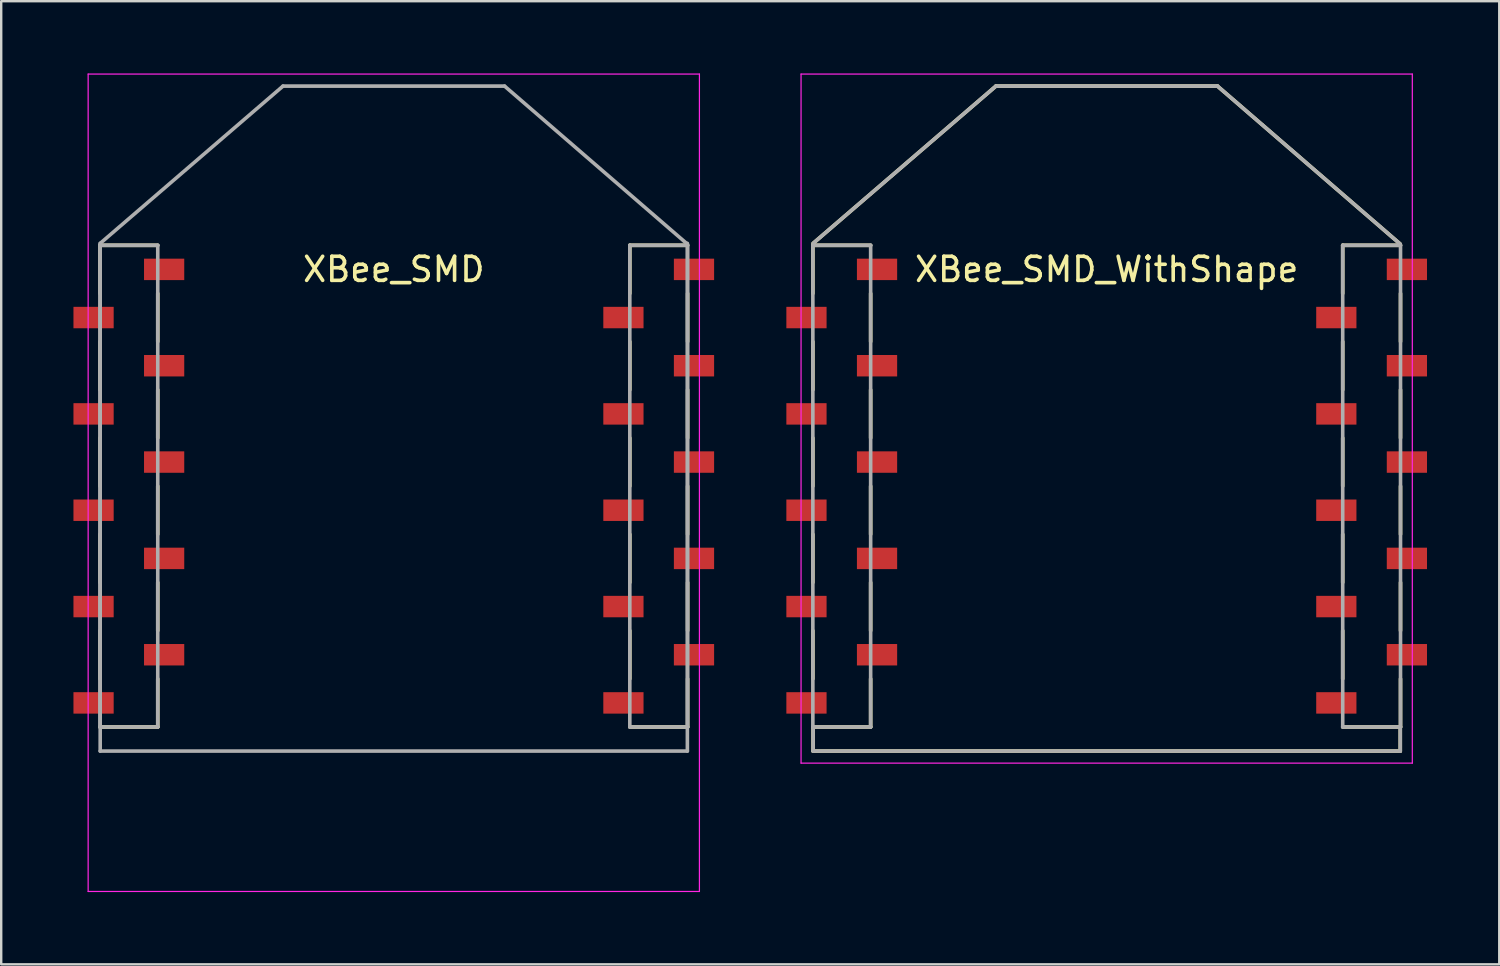
<source format=kicad_pcb>
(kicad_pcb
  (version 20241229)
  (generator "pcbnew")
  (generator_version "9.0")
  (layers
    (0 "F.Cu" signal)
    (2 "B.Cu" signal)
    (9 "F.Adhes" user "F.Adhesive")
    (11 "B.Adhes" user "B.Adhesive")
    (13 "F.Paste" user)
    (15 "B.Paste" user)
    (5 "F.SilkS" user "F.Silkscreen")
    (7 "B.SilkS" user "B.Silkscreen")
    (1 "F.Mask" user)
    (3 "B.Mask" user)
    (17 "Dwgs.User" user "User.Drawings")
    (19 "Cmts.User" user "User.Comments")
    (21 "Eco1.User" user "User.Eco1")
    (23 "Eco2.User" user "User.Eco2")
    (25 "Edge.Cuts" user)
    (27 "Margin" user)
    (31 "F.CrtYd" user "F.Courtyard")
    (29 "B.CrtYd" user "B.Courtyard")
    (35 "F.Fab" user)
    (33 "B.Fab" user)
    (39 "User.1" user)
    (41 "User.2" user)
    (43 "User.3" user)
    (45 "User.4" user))
  (footprint "XBee_SMD"
    (layer "F.Cu")
    (at 13.3 17.135)
    (property "Reference" "XBee_SMD" (at 0 -9 0) (layer "F.SilkS") (effects (font (size 1 1) (thickness 0.15))))
    (attr smd)
    (fp_line (start -12.2 -10) (end -12.2 -8) (stroke (width 0.15) (type solid)) (layer "F.SilkS"))
    (fp_line (start -12.2 -6) (end -12.2 -4) (stroke (width 0.15) (type solid)) (layer "F.SilkS"))
    (fp_line (start -12.2 -2) (end -12.2 0) (stroke (width 0.15) (type solid)) (layer "F.SilkS"))
    (fp_line (start -12.2 2) (end -12.2 4) (stroke (width 0.15) (type solid)) (layer "F.SilkS"))
    (fp_line (start -12.2 6) (end -12.2 8) (stroke (width 0.15) (type solid)) (layer "F.SilkS"))
    (fp_line (start -9.8 -10) (end -12.2 -10) (stroke (width 0.15) (type solid)) (layer "F.SilkS"))
    (fp_line (start -9.8 -8) (end -9.8 -6) (stroke (width 0.15) (type solid)) (layer "F.SilkS"))
    (fp_line (start -9.8 -4) (end -9.8 -2) (stroke (width 0.15) (type solid)) (layer "F.SilkS"))
    (fp_line (start -9.8 0) (end -9.8 2) (stroke (width 0.15) (type solid)) (layer "F.SilkS"))
    (fp_line (start -9.8 4) (end -9.8 6) (stroke (width 0.15) (type solid)) (layer "F.SilkS"))
    (fp_line (start -9.8 8) (end -9.8 10) (stroke (width 0.15) (type solid)) (layer "F.SilkS"))
    (fp_line (start -9.8 10) (end -12.2 10) (stroke (width 0.15) (type solid)) (layer "F.SilkS"))
    (fp_line (start 9.8 -10) (end 9.8 -8) (stroke (width 0.15) (type solid)) (layer "F.SilkS"))
    (fp_line (start 9.8 -6) (end 9.8 -4) (stroke (width 0.15) (type solid)) (layer "F.SilkS"))
    (fp_line (start 9.8 -2) (end 9.8 0) (stroke (width 0.15) (type solid)) (layer "F.SilkS"))
    (fp_line (start 9.8 2) (end 9.8 4) (stroke (width 0.15) (type solid)) (layer "F.SilkS"))
    (fp_line (start 9.8 6) (end 9.8 8) (stroke (width 0.15) (type solid)) (layer "F.SilkS"))
    (fp_line (start 12.2 -10) (end 9.8 -10) (stroke (width 0.15) (type solid)) (layer "F.SilkS"))
    (fp_line (start 12.2 -8) (end 12.2 -6) (stroke (width 0.15) (type solid)) (layer "F.SilkS"))
    (fp_line (start 12.2 -4) (end 12.2 -2) (stroke (width 0.15) (type solid)) (layer "F.SilkS"))
    (fp_line (start 12.2 0) (end 12.2 2) (stroke (width 0.15) (type solid)) (layer "F.SilkS"))
    (fp_line (start 12.2 4) (end 12.2 6) (stroke (width 0.15) (type solid)) (layer "F.SilkS"))
    (fp_line (start 12.2 8) (end 12.2 10) (stroke (width 0.15) (type solid)) (layer "F.SilkS"))
    (fp_line (start 12.2 10) (end 9.8 10) (stroke (width 0.15) (type solid)) (layer "F.SilkS"))
    (fp_line (start -12.69 -17.11) (end -12.69 16.83) (stroke (width 0.05) (type solid)) (layer "F.CrtYd"))
    (fp_line (start -12.69 -17.11) (end 12.69 -17.11) (stroke (width 0.05) (type solid)) (layer "F.CrtYd"))
    (fp_line (start -12.69 16.83) (end 12.69 16.83) (stroke (width 0.05) (type solid)) (layer "F.CrtYd"))
    (fp_line (start 12.69 -17.11) (end 12.69 16.83) (stroke (width 0.05) (type solid)) (layer "F.CrtYd"))
    (fp_line (start -12.2 -10) (end -12.2 10) (stroke (width 0.15) (type solid)) (layer "F.Fab"))
    (fp_line (start -12.19 -10.08) (end -12.19 11) (stroke (width 0.15) (type solid)) (layer "F.Fab"))
    (fp_line (start -12.19 11) (end 12.19 11) (stroke (width 0.15) (type solid)) (layer "F.Fab"))
    (fp_line (start -9.8 -10) (end -12.2 -10) (stroke (width 0.15) (type solid)) (layer "F.Fab"))
    (fp_line (start -9.8 -10) (end -9.8 10) (stroke (width 0.15) (type solid)) (layer "F.Fab"))
    (fp_line (start -9.8 10) (end -12.2 10) (stroke (width 0.15) (type solid)) (layer "F.Fab"))
    (fp_line (start -4.6 -16.61) (end -12.19 -10.08) (stroke (width 0.15) (type solid)) (layer "F.Fab"))
    (fp_line (start -4.6 -16.61) (end 4.6 -16.61) (stroke (width 0.15) (type solid)) (layer "F.Fab"))
    (fp_line (start 4.6 -16.61) (end 12.19 -10.05) (stroke (width 0.15) (type solid)) (layer "F.Fab"))
    (fp_line (start 9.8 -10) (end 9.8 10) (stroke (width 0.15) (type solid)) (layer "F.Fab"))
    (fp_line (start 12.19 -10.08) (end 12.19 11) (stroke (width 0.15) (type solid)) (layer "F.Fab"))
    (fp_line (start 12.2 -10) (end 9.8 -10) (stroke (width 0.15) (type solid)) (layer "F.Fab"))
    (fp_line (start 12.2 -10) (end 12.2 10) (stroke (width 0.15) (type solid)) (layer "F.Fab"))
    (fp_line (start 12.2 10) (end 9.8 10) (stroke (width 0.15) (type solid)) (layer "F.Fab"))
    (pad "1" smd rect (at -9.535 -9 270) (size 0.89 1.67) (layers "F.Cu" "F.Mask" "F.Paste"))
    (pad "2" smd rect (at -12.465 -7 270) (size 0.89 1.67) (layers "F.Cu" "F.Mask" "F.Paste"))
    (pad "3" smd rect (at -9.535 -5 270) (size 0.89 1.67) (layers "F.Cu" "F.Mask" "F.Paste"))
    (pad "4" smd rect (at -12.465 -3 270) (size 0.89 1.67) (layers "F.Cu" "F.Mask" "F.Paste"))
    (pad "5" smd rect (at -9.535 -1 270) (size 0.89 1.67) (layers "F.Cu" "F.Mask" "F.Paste"))
    (pad "6" smd rect (at -12.465 1 270) (size 0.89 1.67) (layers "F.Cu" "F.Mask" "F.Paste"))
    (pad "7" smd rect (at -9.535 3 270) (size 0.89 1.67) (layers "F.Cu" "F.Mask" "F.Paste"))
    (pad "8" smd rect (at -12.465 5 270) (size 0.89 1.67) (layers "F.Cu" "F.Mask" "F.Paste"))
    (pad "9" smd rect (at -9.535 7 270) (size 0.89 1.67) (layers "F.Cu" "F.Mask" "F.Paste"))
    (pad "10" smd rect (at -12.465 9 270) (size 0.89 1.67) (layers "F.Cu" "F.Mask" "F.Paste"))
    (pad "11" smd rect (at 9.535 9 270) (size 0.89 1.67) (layers "F.Cu" "F.Mask" "F.Paste"))
    (pad "12" smd rect (at 12.465 7 270) (size 0.89 1.67) (layers "F.Cu" "F.Mask" "F.Paste"))
    (pad "13" smd rect (at 9.535 5 270) (size 0.89 1.67) (layers "F.Cu" "F.Mask" "F.Paste"))
    (pad "14" smd rect (at 12.465 3 270) (size 0.89 1.67) (layers "F.Cu" "F.Mask" "F.Paste"))
    (pad "15" smd rect (at 9.535 1 270) (size 0.89 1.67) (layers "F.Cu" "F.Mask" "F.Paste"))
    (pad "16" smd rect (at 12.465 -1 270) (size 0.89 1.67) (layers "F.Cu" "F.Mask" "F.Paste"))
    (pad "17" smd rect (at 9.535 -3 270) (size 0.89 1.67) (layers "F.Cu" "F.Mask" "F.Paste"))
    (pad "18" smd rect (at 12.465 -5 270) (size 0.89 1.67) (layers "F.Cu" "F.Mask" "F.Paste"))
    (pad "19" smd rect (at 9.535 -7 270) (size 0.89 1.67) (layers "F.Cu" "F.Mask" "F.Paste"))
    (pad "20" smd rect (at 12.465 -9 270) (size 0.89 1.67) (layers "F.Cu" "F.Mask" "F.Paste")))
  (footprint "XBee_SMD_WithShape"
    (layer "F.Cu")
    (at 42.9 17.135)
    (property "Reference" "XBee_SMD_WithShape" (at 0 -9 0) (layer "F.SilkS") (effects (font (size 1 1) (thickness 0.15))))
    (attr smd)
    (fp_line (start -12.2 -10) (end -12.2 -8) (stroke (width 0.15) (type solid)) (layer "F.SilkS"))
    (fp_line (start -12.2 -6) (end -12.2 -4) (stroke (width 0.15) (type solid)) (layer "F.SilkS"))
    (fp_line (start -12.2 -2) (end -12.2 0) (stroke (width 0.15) (type solid)) (layer "F.SilkS"))
    (fp_line (start -12.2 2) (end -12.2 4) (stroke (width 0.15) (type solid)) (layer "F.SilkS"))
    (fp_line (start -12.2 6) (end -12.2 8) (stroke (width 0.15) (type solid)) (layer "F.SilkS"))
    (fp_line (start -12.19 10) (end -12.19 11) (stroke (width 0.15) (type solid)) (layer "F.SilkS"))
    (fp_line (start -12.19 11) (end 12.19 11) (stroke (width 0.15) (type solid)) (layer "F.SilkS"))
    (fp_line (start -9.8 -10) (end -12.2 -10) (stroke (width 0.15) (type solid)) (layer "F.SilkS"))
    (fp_line (start -9.8 -8) (end -9.8 -6) (stroke (width 0.15) (type solid)) (layer "F.SilkS"))
    (fp_line (start -9.8 -4) (end -9.8 -2) (stroke (width 0.15) (type solid)) (layer "F.SilkS"))
    (fp_line (start -9.8 0) (end -9.8 2) (stroke (width 0.15) (type solid)) (layer "F.SilkS"))
    (fp_line (start -9.8 4) (end -9.8 6) (stroke (width 0.15) (type solid)) (layer "F.SilkS"))
    (fp_line (start -9.8 8) (end -9.8 10) (stroke (width 0.15) (type solid)) (layer "F.SilkS"))
    (fp_line (start -9.8 10) (end -12.2 10) (stroke (width 0.15) (type solid)) (layer "F.SilkS"))
    (fp_line (start -4.6 -16.61) (end -12.19 -10.08) (stroke (width 0.15) (type solid)) (layer "F.SilkS"))
    (fp_line (start -4.6 -16.61) (end 4.6 -16.61) (stroke (width 0.15) (type solid)) (layer "F.SilkS"))
    (fp_line (start 4.6 -16.61) (end 12.19 -10.05) (stroke (width 0.15) (type solid)) (layer "F.SilkS"))
    (fp_line (start 9.8 -10) (end 9.8 -8) (stroke (width 0.15) (type solid)) (layer "F.SilkS"))
    (fp_line (start 9.8 -6) (end 9.8 -4) (stroke (width 0.15) (type solid)) (layer "F.SilkS"))
    (fp_line (start 9.8 -2) (end 9.8 0) (stroke (width 0.15) (type solid)) (layer "F.SilkS"))
    (fp_line (start 9.8 2) (end 9.8 4) (stroke (width 0.15) (type solid)) (layer "F.SilkS"))
    (fp_line (start 9.8 6) (end 9.8 8) (stroke (width 0.15) (type solid)) (layer "F.SilkS"))
    (fp_line (start 12.19 10) (end 12.19 11) (stroke (width 0.15) (type solid)) (layer "F.SilkS"))
    (fp_line (start 12.2 -10) (end 9.8 -10) (stroke (width 0.15) (type solid)) (layer "F.SilkS"))
    (fp_line (start 12.2 -8) (end 12.2 -6) (stroke (width 0.15) (type solid)) (layer "F.SilkS"))
    (fp_line (start 12.2 -4) (end 12.2 -2) (stroke (width 0.15) (type solid)) (layer "F.SilkS"))
    (fp_line (start 12.2 0) (end 12.2 2) (stroke (width 0.15) (type solid)) (layer "F.SilkS"))
    (fp_line (start 12.2 4) (end 12.2 6) (stroke (width 0.15) (type solid)) (layer "F.SilkS"))
    (fp_line (start 12.2 8) (end 12.2 10) (stroke (width 0.15) (type solid)) (layer "F.SilkS"))
    (fp_line (start 12.2 10) (end 9.8 10) (stroke (width 0.15) (type solid)) (layer "F.SilkS"))
    (fp_line (start -12.69 -17.11) (end -12.69 11.5) (stroke (width 0.05) (type solid)) (layer "F.CrtYd"))
    (fp_line (start -12.69 -17.11) (end 12.69 -17.11) (stroke (width 0.05) (type solid)) (layer "F.CrtYd"))
    (fp_line (start -12.69 11.5) (end 12.69 11.5) (stroke (width 0.05) (type solid)) (layer "F.CrtYd"))
    (fp_line (start 12.69 -17.11) (end 12.69 11.5) (stroke (width 0.05) (type solid)) (layer "F.CrtYd"))
    (fp_line (start -12.2 -10) (end -12.2 10) (stroke (width 0.15) (type solid)) (layer "F.Fab"))
    (fp_line (start -12.19 10) (end -12.19 11) (stroke (width 0.15) (type solid)) (layer "F.Fab"))
    (fp_line (start -12.19 11) (end 12.19 11) (stroke (width 0.15) (type solid)) (layer "F.Fab"))
    (fp_line (start -9.8 -10) (end -12.2 -10) (stroke (width 0.15) (type solid)) (layer "F.Fab"))
    (fp_line (start -9.8 -10) (end -9.8 10) (stroke (width 0.15) (type solid)) (layer "F.Fab"))
    (fp_line (start -9.8 10) (end -12.2 10) (stroke (width 0.15) (type solid)) (layer "F.Fab"))
    (fp_line (start -4.6 -16.61) (end -12.19 -10.08) (stroke (width 0.15) (type solid)) (layer "F.Fab"))
    (fp_line (start -4.6 -16.61) (end 4.6 -16.61) (stroke (width 0.15) (type solid)) (layer "F.Fab"))
    (fp_line (start 4.6 -16.61) (end 12.19 -10.05) (stroke (width 0.15) (type solid)) (layer "F.Fab"))
    (fp_line (start 9.8 -10) (end 9.8 10) (stroke (width 0.15) (type solid)) (layer "F.Fab"))
    (fp_line (start 12.19 10) (end 12.19 11) (stroke (width 0.15) (type solid)) (layer "F.Fab"))
    (fp_line (start 12.2 -10) (end 9.8 -10) (stroke (width 0.15) (type solid)) (layer "F.Fab"))
    (fp_line (start 12.2 -10) (end 12.2 10) (stroke (width 0.15) (type solid)) (layer "F.Fab"))
    (fp_line (start 12.2 10) (end 9.8 10) (stroke (width 0.15) (type solid)) (layer "F.Fab"))
    (pad "1" smd rect (at -9.535 -9 270) (size 0.89 1.67) (layers "F.Cu" "F.Mask" "F.Paste"))
    (pad "2" smd rect (at -12.465 -7 270) (size 0.89 1.67) (layers "F.Cu" "F.Mask" "F.Paste"))
    (pad "3" smd rect (at -9.535 -5 270) (size 0.89 1.67) (layers "F.Cu" "F.Mask" "F.Paste"))
    (pad "4" smd rect (at -12.465 -3 270) (size 0.89 1.67) (layers "F.Cu" "F.Mask" "F.Paste"))
    (pad "5" smd rect (at -9.535 -1 270) (size 0.89 1.67) (layers "F.Cu" "F.Mask" "F.Paste"))
    (pad "6" smd rect (at -12.465 1 270) (size 0.89 1.67) (layers "F.Cu" "F.Mask" "F.Paste"))
    (pad "7" smd rect (at -9.535 3 270) (size 0.89 1.67) (layers "F.Cu" "F.Mask" "F.Paste"))
    (pad "8" smd rect (at -12.465 5 270) (size 0.89 1.67) (layers "F.Cu" "F.Mask" "F.Paste"))
    (pad "9" smd rect (at -9.535 7 270) (size 0.89 1.67) (layers "F.Cu" "F.Mask" "F.Paste"))
    (pad "10" smd rect (at -12.465 9 270) (size 0.89 1.67) (layers "F.Cu" "F.Mask" "F.Paste"))
    (pad "11" smd rect (at 9.535 9 270) (size 0.89 1.67) (layers "F.Cu" "F.Mask" "F.Paste"))
    (pad "12" smd rect (at 12.465 7 270) (size 0.89 1.67) (layers "F.Cu" "F.Mask" "F.Paste"))
    (pad "13" smd rect (at 9.535 5 270) (size 0.89 1.67) (layers "F.Cu" "F.Mask" "F.Paste"))
    (pad "14" smd rect (at 12.465 3 270) (size 0.89 1.67) (layers "F.Cu" "F.Mask" "F.Paste"))
    (pad "15" smd rect (at 9.535 1 270) (size 0.89 1.67) (layers "F.Cu" "F.Mask" "F.Paste"))
    (pad "16" smd rect (at 12.465 -1 270) (size 0.89 1.67) (layers "F.Cu" "F.Mask" "F.Paste"))
    (pad "17" smd rect (at 9.535 -3 270) (size 0.89 1.67) (layers "F.Cu" "F.Mask" "F.Paste"))
    (pad "18" smd rect (at 12.465 -5 270) (size 0.89 1.67) (layers "F.Cu" "F.Mask" "F.Paste"))
    (pad "19" smd rect (at 9.535 -7 270) (size 0.89 1.67) (layers "F.Cu" "F.Mask" "F.Paste"))
    (pad "20" smd rect (at 12.465 -9 270) (size 0.89 1.67) (layers "F.Cu" "F.Mask" "F.Paste")))
  (gr_rect
    (start -3 -3)
    (end 59.2 36.99)
    (stroke (width 0.1) (type default))
    (fill no)
    (layer "Edge.Cuts")))
</source>
